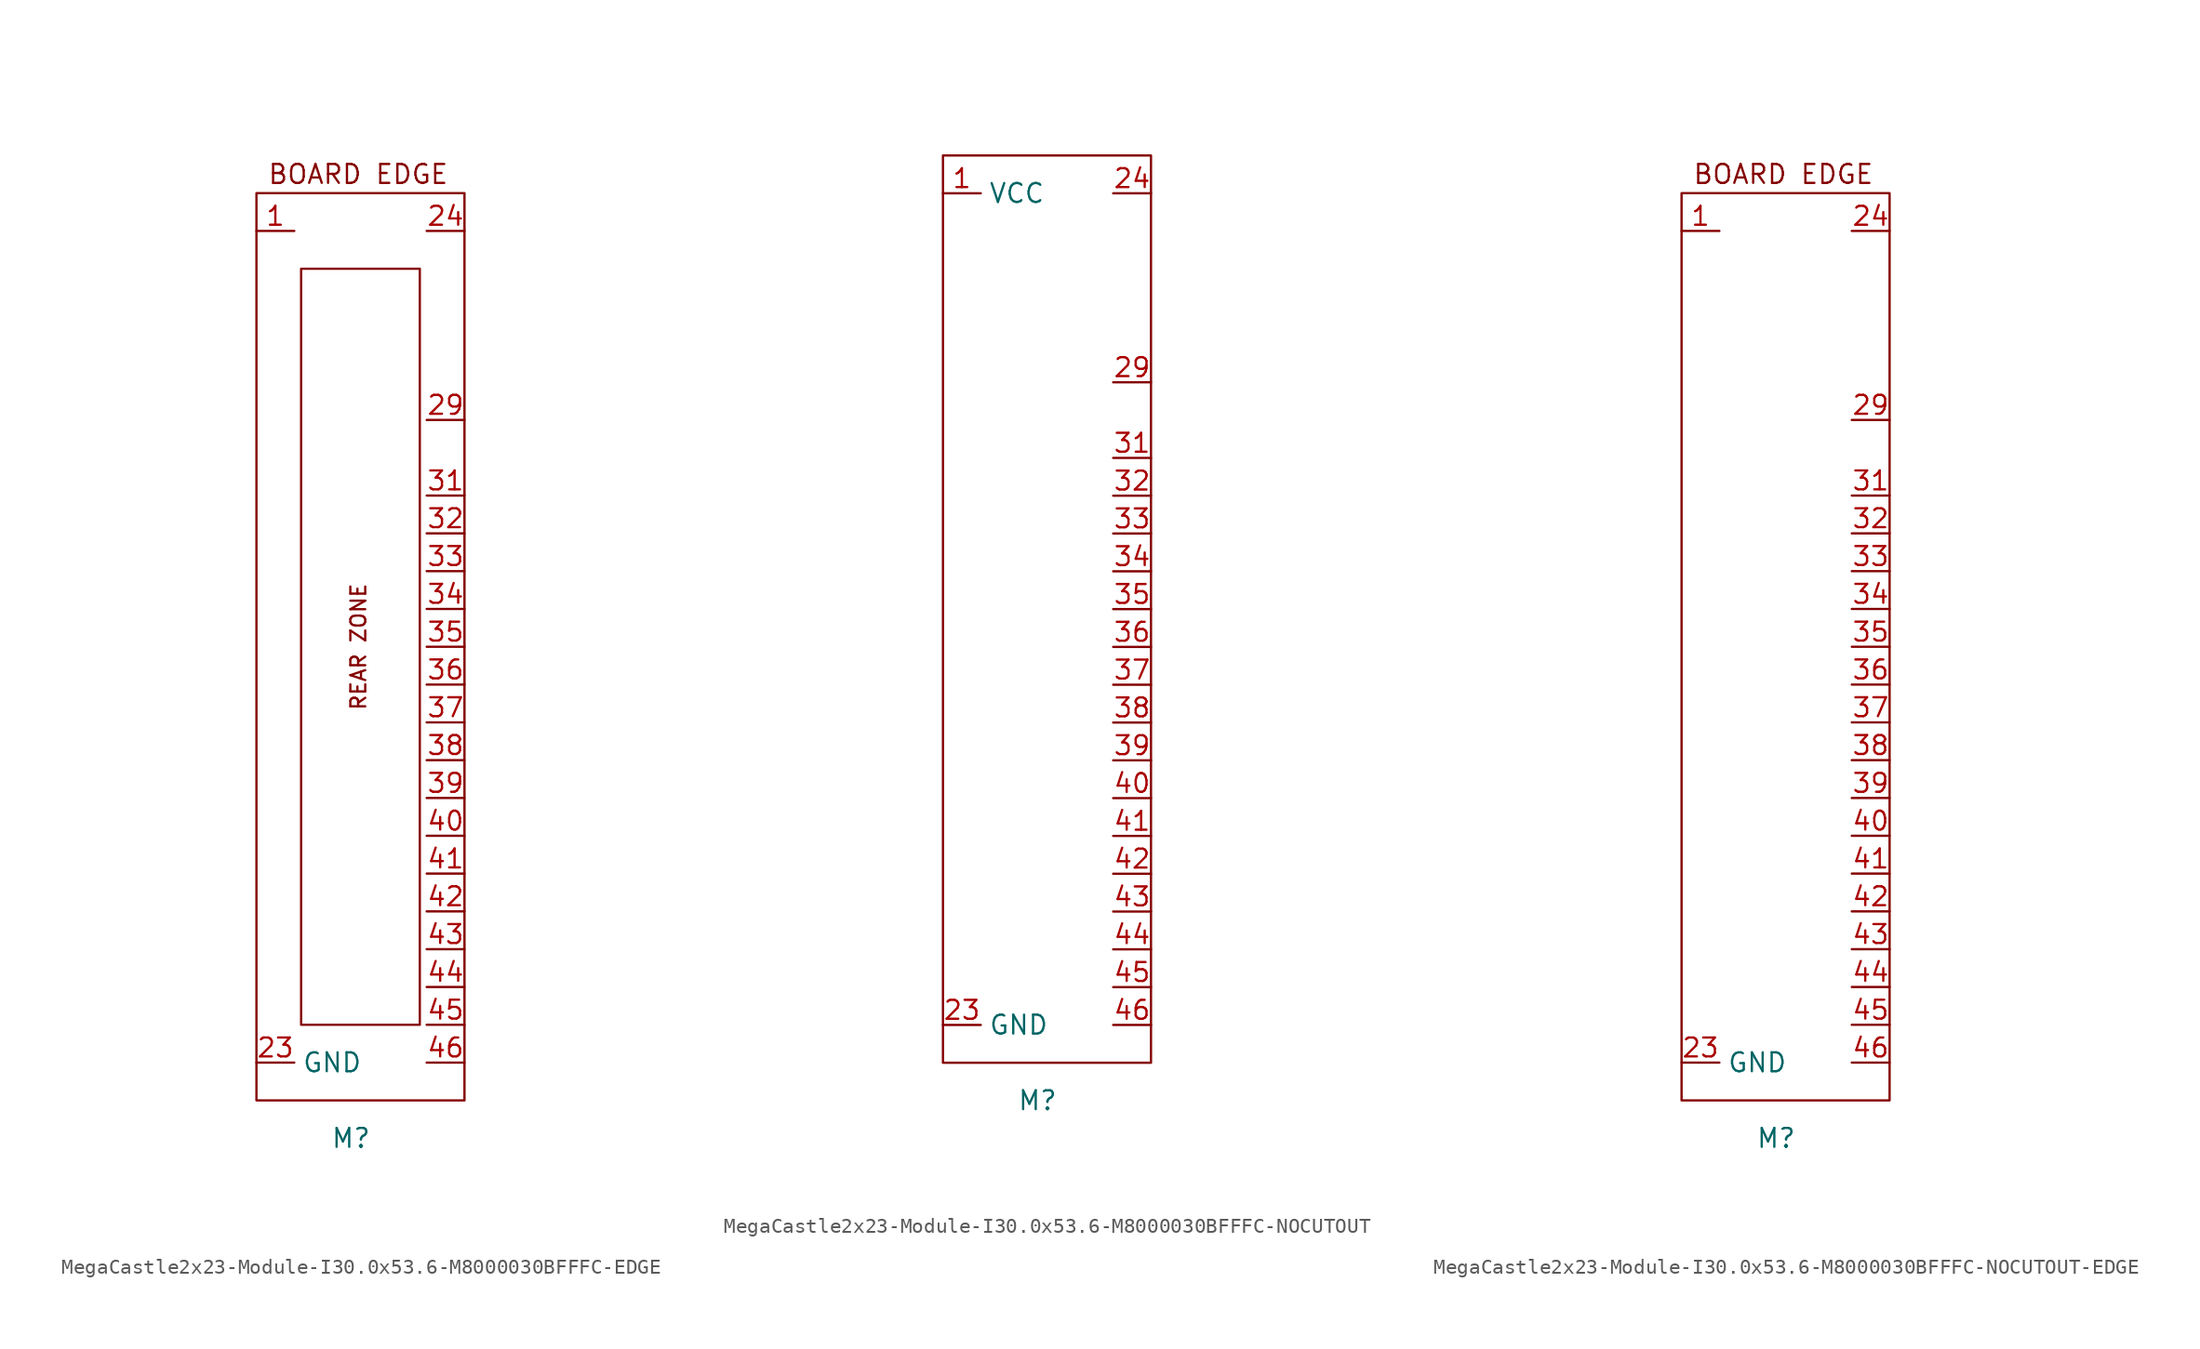
<source format=kicad_sym>
(kicad_symbol_lib
  (version 20231120)
  (generator "kicad_symbol_editor")
  (generator_version "8.0")
  (symbol "MegaCastle2x23-Module-I30.0x53.6-M8000030BFFFC-EDGE"
    (property "Reference" "M"
      (at 0 -33.02 0)
      (effects (font (size 1.27 1.27))))
    (property "Value" ""
      (at 0 5.08 0)
      (effects (font (size 1.27 1.27))))
    (symbol "MegaCastle2x23-Module-I30.0x53.6-M8000030BFFFC-EDGE_0_1"
      (rectangle (start -6.35 30.48) (end 7.62 -30.48) (stroke (width 0) (type default)) (fill (type none)))
      (rectangle (start -3.35 25.4) (end 4.62 -25.4) (stroke (width 0) (type default)) (fill (type none))))
    (symbol "MegaCastle2x23-Module-I30.0x53.6-M8000030BFFFC-EDGE_1_1"
      (text " BOARD EDGE" (at 0 31.75 0) (effects (font (size 1.27 1.27))))
      (text "REAR ZONE" (at 0.5 0 900) (effects (font (size 1 1))))
      (pin bidirectional line (at -6.35 27.94 0) (length 2.54) (name "" (effects (font (size 1.27 1.27)))) (number "1" (effects (font (size 1.27 1.27)))))
      (pin bidirectional line (at -6.35 -27.94 0) (length 2.54) (name "GND" (effects (font (size 1.27 1.27)))) (number "23" (effects (font (size 1.27 1.27)))))
      (pin bidirectional line (at 7.62 27.94 180) (length 2.54) (name "" (effects (font (size 1.27 1.27)))) (number "24" (effects (font (size 1.27 1.27)))))
      (pin bidirectional line (at 7.62 15.24 180) (length 2.54) (name "" (effects (font (size 1.27 1.27)))) (number "29" (effects (font (size 1.27 1.27)))))
      (pin bidirectional line (at 7.62 10.16 180) (length 2.54) (name "" (effects (font (size 1.27 1.27)))) (number "31" (effects (font (size 1.27 1.27)))))
      (pin bidirectional line (at 7.62 7.62 180) (length 2.54) (name "" (effects (font (size 1.27 1.27)))) (number "32" (effects (font (size 1.27 1.27)))))
      (pin bidirectional line (at 7.62 5.08 180) (length 2.54) (name "" (effects (font (size 1.27 1.27)))) (number "33" (effects (font (size 1.27 1.27)))))
      (pin bidirectional line (at 7.62 2.54 180) (length 2.54) (name "" (effects (font (size 1.27 1.27)))) (number "34" (effects (font (size 1.27 1.27)))))
      (pin bidirectional line (at 7.62 0 180) (length 2.54) (name "" (effects (font (size 1.27 1.27)))) (number "35" (effects (font (size 1.27 1.27)))))
      (pin bidirectional line (at 7.62 -2.54 180) (length 2.54) (name "" (effects (font (size 1.27 1.27)))) (number "36" (effects (font (size 1.27 1.27)))))
      (pin bidirectional line (at 7.62 -5.08 180) (length 2.54) (name "" (effects (font (size 1.27 1.27)))) (number "37" (effects (font (size 1.27 1.27)))))
      (pin bidirectional line (at 7.62 -7.62 180) (length 2.54) (name "" (effects (font (size 1.27 1.27)))) (number "38" (effects (font (size 1.27 1.27)))))
      (pin bidirectional line (at 7.62 -10.16 180) (length 2.54) (name "" (effects (font (size 1.27 1.27)))) (number "39" (effects (font (size 1.27 1.27)))))
      (pin bidirectional line (at 7.62 -12.7 180) (length 2.54) (name "" (effects (font (size 1.27 1.27)))) (number "40" (effects (font (size 1.27 1.27)))))
      (pin bidirectional line (at 7.62 -15.24 180) (length 2.54) (name "" (effects (font (size 1.27 1.27)))) (number "41" (effects (font (size 1.27 1.27)))))
      (pin bidirectional line (at 7.62 -17.78 180) (length 2.54) (name "" (effects (font (size 1.27 1.27)))) (number "42" (effects (font (size 1.27 1.27)))))
      (pin bidirectional line (at 7.62 -20.32 180) (length 2.54) (name "" (effects (font (size 1.27 1.27)))) (number "43" (effects (font (size 1.27 1.27)))))
      (pin bidirectional line (at 7.62 -22.86 180) (length 2.54) (name "" (effects (font (size 1.27 1.27)))) (number "44" (effects (font (size 1.27 1.27)))))
      (pin bidirectional line (at 7.62 -25.4 180) (length 2.54) (name "" (effects (font (size 1.27 1.27)))) (number "45" (effects (font (size 1.27 1.27)))))
      (pin bidirectional line (at 7.62 -27.94 180) (length 2.54) (name "" (effects (font (size 1.27 1.27)))) (number "46" (effects (font (size 1.27 1.27)))))))
  (symbol "MegaCastle2x23-Module-I30.0x53.6-M8000030BFFFC-NOCUTOUT"
    (property "Reference" "M"
      (at 0 -33.02 0)
      (effects (font (size 1.27 1.27))))
    (property "Value" ""
      (at 0 5.08 0)
      (effects (font (size 1.27 1.27))))
    (symbol "MegaCastle2x23-Module-I30.0x53.6-M8000030BFFFC-NOCUTOUT_0_1"
      (rectangle (start -6.35 30.48) (end 7.62 -30.48) (stroke (width 0) (type default)) (fill (type none))))
    (symbol "MegaCastle2x23-Module-I30.0x53.6-M8000030BFFFC-NOCUTOUT_1_1"
      (pin bidirectional line (at -6.35 27.94 0) (length 2.54) (name "VCC" (effects (font (size 1.27 1.27)))) (number "1" (effects (font (size 1.27 1.27)))))
      (pin bidirectional line (at -6.35 -27.94 0) (length 2.54) (name "GND" (effects (font (size 1.27 1.27)))) (number "23" (effects (font (size 1.27 1.27)))))
      (pin bidirectional line (at 7.62 27.94 180) (length 2.54) (name "" (effects (font (size 1.27 1.27)))) (number "24" (effects (font (size 1.27 1.27)))))
      (pin bidirectional line (at 7.62 15.24 180) (length 2.54) (name "" (effects (font (size 1.27 1.27)))) (number "29" (effects (font (size 1.27 1.27)))))
      (pin bidirectional line (at 7.62 10.16 180) (length 2.54) (name "" (effects (font (size 1.27 1.27)))) (number "31" (effects (font (size 1.27 1.27)))))
      (pin bidirectional line (at 7.62 7.62 180) (length 2.54) (name "" (effects (font (size 1.27 1.27)))) (number "32" (effects (font (size 1.27 1.27)))))
      (pin bidirectional line (at 7.62 5.08 180) (length 2.54) (name "" (effects (font (size 1.27 1.27)))) (number "33" (effects (font (size 1.27 1.27)))))
      (pin bidirectional line (at 7.62 2.54 180) (length 2.54) (name "" (effects (font (size 1.27 1.27)))) (number "34" (effects (font (size 1.27 1.27)))))
      (pin bidirectional line (at 7.62 0 180) (length 2.54) (name "" (effects (font (size 1.27 1.27)))) (number "35" (effects (font (size 1.27 1.27)))))
      (pin bidirectional line (at 7.62 -2.54 180) (length 2.54) (name "" (effects (font (size 1.27 1.27)))) (number "36" (effects (font (size 1.27 1.27)))))
      (pin bidirectional line (at 7.62 -5.08 180) (length 2.54) (name "" (effects (font (size 1.27 1.27)))) (number "37" (effects (font (size 1.27 1.27)))))
      (pin bidirectional line (at 7.62 -7.62 180) (length 2.54) (name "" (effects (font (size 1.27 1.27)))) (number "38" (effects (font (size 1.27 1.27)))))
      (pin bidirectional line (at 7.62 -10.16 180) (length 2.54) (name "" (effects (font (size 1.27 1.27)))) (number "39" (effects (font (size 1.27 1.27)))))
      (pin bidirectional line (at 7.62 -12.7 180) (length 2.54) (name "" (effects (font (size 1.27 1.27)))) (number "40" (effects (font (size 1.27 1.27)))))
      (pin bidirectional line (at 7.62 -15.24 180) (length 2.54) (name "" (effects (font (size 1.27 1.27)))) (number "41" (effects (font (size 1.27 1.27)))))
      (pin bidirectional line (at 7.62 -17.78 180) (length 2.54) (name "" (effects (font (size 1.27 1.27)))) (number "42" (effects (font (size 1.27 1.27)))))
      (pin bidirectional line (at 7.62 -20.32 180) (length 2.54) (name "" (effects (font (size 1.27 1.27)))) (number "43" (effects (font (size 1.27 1.27)))))
      (pin bidirectional line (at 7.62 -22.86 180) (length 2.54) (name "" (effects (font (size 1.27 1.27)))) (number "44" (effects (font (size 1.27 1.27)))))
      (pin bidirectional line (at 7.62 -25.4 180) (length 2.54) (name "" (effects (font (size 1.27 1.27)))) (number "45" (effects (font (size 1.27 1.27)))))
      (pin bidirectional line (at 7.62 -27.94 180) (length 2.54) (name "" (effects (font (size 1.27 1.27)))) (number "46" (effects (font (size 1.27 1.27)))))))
  (symbol "MegaCastle2x23-Module-I30.0x53.6-M8000030BFFFC-NOCUTOUT-EDGE"
    (property "Reference" "M"
      (at 0 -33.02 0)
      (effects (font (size 1.27 1.27))))
    (property "Value" ""
      (at 0 5.08 0)
      (effects (font (size 1.27 1.27))))
    (symbol "MegaCastle2x23-Module-I30.0x53.6-M8000030BFFFC-NOCUTOUT-EDGE_0_1"
      (rectangle (start -6.35 30.48) (end 7.62 -30.48) (stroke (width 0) (type default)) (fill (type none))))
    (symbol "MegaCastle2x23-Module-I30.0x53.6-M8000030BFFFC-NOCUTOUT-EDGE_1_1"
      (text " BOARD EDGE" (at 0 31.75 0) (effects (font (size 1.27 1.27))))
      (pin bidirectional line (at -6.35 27.94 0) (length 2.54) (name "" (effects (font (size 1.27 1.27)))) (number "1" (effects (font (size 1.27 1.27)))))
      (pin bidirectional line (at -6.35 -27.94 0) (length 2.54) (name "GND" (effects (font (size 1.27 1.27)))) (number "23" (effects (font (size 1.27 1.27)))))
      (pin bidirectional line (at 7.62 27.94 180) (length 2.54) (name "" (effects (font (size 1.27 1.27)))) (number "24" (effects (font (size 1.27 1.27)))))
      (pin bidirectional line (at 7.62 15.24 180) (length 2.54) (name "" (effects (font (size 1.27 1.27)))) (number "29" (effects (font (size 1.27 1.27)))))
      (pin bidirectional line (at 7.62 10.16 180) (length 2.54) (name "" (effects (font (size 1.27 1.27)))) (number "31" (effects (font (size 1.27 1.27)))))
      (pin bidirectional line (at 7.62 7.62 180) (length 2.54) (name "" (effects (font (size 1.27 1.27)))) (number "32" (effects (font (size 1.27 1.27)))))
      (pin bidirectional line (at 7.62 5.08 180) (length 2.54) (name "" (effects (font (size 1.27 1.27)))) (number "33" (effects (font (size 1.27 1.27)))))
      (pin bidirectional line (at 7.62 2.54 180) (length 2.54) (name "" (effects (font (size 1.27 1.27)))) (number "34" (effects (font (size 1.27 1.27)))))
      (pin bidirectional line (at 7.62 0 180) (length 2.54) (name "" (effects (font (size 1.27 1.27)))) (number "35" (effects (font (size 1.27 1.27)))))
      (pin bidirectional line (at 7.62 -2.54 180) (length 2.54) (name "" (effects (font (size 1.27 1.27)))) (number "36" (effects (font (size 1.27 1.27)))))
      (pin bidirectional line (at 7.62 -5.08 180) (length 2.54) (name "" (effects (font (size 1.27 1.27)))) (number "37" (effects (font (size 1.27 1.27)))))
      (pin bidirectional line (at 7.62 -7.62 180) (length 2.54) (name "" (effects (font (size 1.27 1.27)))) (number "38" (effects (font (size 1.27 1.27)))))
      (pin bidirectional line (at 7.62 -10.16 180) (length 2.54) (name "" (effects (font (size 1.27 1.27)))) (number "39" (effects (font (size 1.27 1.27)))))
      (pin bidirectional line (at 7.62 -12.7 180) (length 2.54) (name "" (effects (font (size 1.27 1.27)))) (number "40" (effects (font (size 1.27 1.27)))))
      (pin bidirectional line (at 7.62 -15.24 180) (length 2.54) (name "" (effects (font (size 1.27 1.27)))) (number "41" (effects (font (size 1.27 1.27)))))
      (pin bidirectional line (at 7.62 -17.78 180) (length 2.54) (name "" (effects (font (size 1.27 1.27)))) (number "42" (effects (font (size 1.27 1.27)))))
      (pin bidirectional line (at 7.62 -20.32 180) (length 2.54) (name "" (effects (font (size 1.27 1.27)))) (number "43" (effects (font (size 1.27 1.27)))))
      (pin bidirectional line (at 7.62 -22.86 180) (length 2.54) (name "" (effects (font (size 1.27 1.27)))) (number "44" (effects (font (size 1.27 1.27)))))
      (pin bidirectional line (at 7.62 -25.4 180) (length 2.54) (name "" (effects (font (size 1.27 1.27)))) (number "45" (effects (font (size 1.27 1.27)))))
      (pin bidirectional line (at 7.62 -27.94 180) (length 2.54) (name "" (effects (font (size 1.27 1.27)))) (number "46" (effects (font (size 1.27 1.27))))))))
</source>
